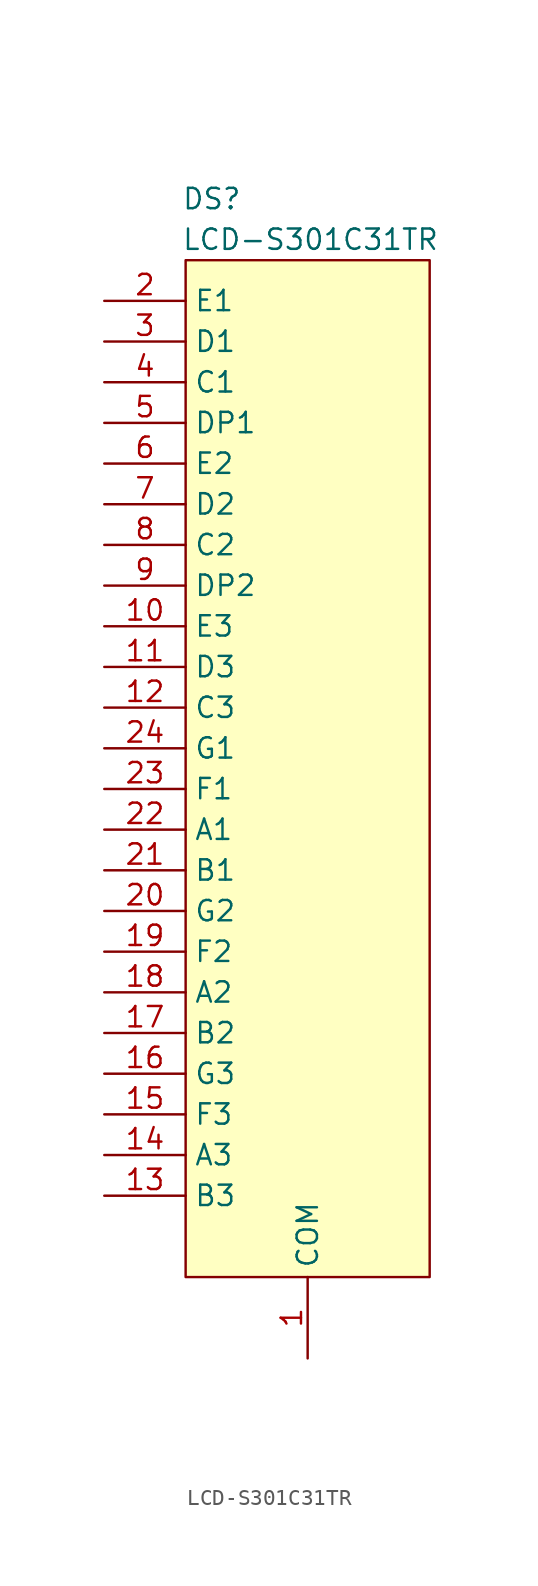
<source format=kicad_sym>
(kicad_symbol_lib
  (version 20241209)
  (generator "kicad_symbol_editor")
  (generator_version "9.0")
  (symbol "LCD-S301C31TR"
    (property "Reference" "DS"
      (at 4.826 4.572 0)
      (effects (font (size 1.27 1.27)) (justify left top)))
    (property "Value" "LCD-S301C31TR"
      (at 4.826 2.032 0)
      (effects (font (size 1.27 1.27)) (justify left top)))
    (symbol "LCD-S301C31TR_1_1"
      (rectangle (start 5.08 0) (end 20.32 -63.5) (stroke (width 0) (type solid)) (fill (type background)))
      (pin passive line (at 0 -2.54 0) (length 5.08) (name "E1" (effects (font (size 1.27 1.27)))) (number "2" (effects (font (size 1.27 1.27)))))
      (pin passive line (at 0 -5.08 0) (length 5.08) (name "D1" (effects (font (size 1.27 1.27)))) (number "3" (effects (font (size 1.27 1.27)))))
      (pin passive line (at 0 -7.62 0) (length 5.08) (name "C1" (effects (font (size 1.27 1.27)))) (number "4" (effects (font (size 1.27 1.27)))))
      (pin passive line (at 0 -10.16 0) (length 5.08) (name "DP1" (effects (font (size 1.27 1.27)))) (number "5" (effects (font (size 1.27 1.27)))))
      (pin passive line (at 0 -12.7 0) (length 5.08) (name "E2" (effects (font (size 1.27 1.27)))) (number "6" (effects (font (size 1.27 1.27)))))
      (pin passive line (at 0 -15.24 0) (length 5.08) (name "D2" (effects (font (size 1.27 1.27)))) (number "7" (effects (font (size 1.27 1.27)))))
      (pin passive line (at 0 -17.78 0) (length 5.08) (name "C2" (effects (font (size 1.27 1.27)))) (number "8" (effects (font (size 1.27 1.27)))))
      (pin passive line (at 0 -20.32 0) (length 5.08) (name "DP2" (effects (font (size 1.27 1.27)))) (number "9" (effects (font (size 1.27 1.27)))))
      (pin passive line (at 0 -22.86 0) (length 5.08) (name "E3" (effects (font (size 1.27 1.27)))) (number "10" (effects (font (size 1.27 1.27)))))
      (pin passive line (at 0 -25.4 0) (length 5.08) (name "D3" (effects (font (size 1.27 1.27)))) (number "11" (effects (font (size 1.27 1.27)))))
      (pin passive line (at 0 -27.94 0) (length 5.08) (name "C3" (effects (font (size 1.27 1.27)))) (number "12" (effects (font (size 1.27 1.27)))))
      (pin passive line (at 0 -30.48 0) (length 5.08) (name "G1" (effects (font (size 1.27 1.27)))) (number "24" (effects (font (size 1.27 1.27)))))
      (pin passive line (at 0 -33.02 0) (length 5.08) (name "F1" (effects (font (size 1.27 1.27)))) (number "23" (effects (font (size 1.27 1.27)))))
      (pin passive line (at 0 -35.56 0) (length 5.08) (name "A1" (effects (font (size 1.27 1.27)))) (number "22" (effects (font (size 1.27 1.27)))))
      (pin passive line (at 0 -38.1 0) (length 5.08) (name "B1" (effects (font (size 1.27 1.27)))) (number "21" (effects (font (size 1.27 1.27)))))
      (pin passive line (at 0 -40.64 0) (length 5.08) (name "G2" (effects (font (size 1.27 1.27)))) (number "20" (effects (font (size 1.27 1.27)))))
      (pin passive line (at 0 -43.18 0) (length 5.08) (name "F2" (effects (font (size 1.27 1.27)))) (number "19" (effects (font (size 1.27 1.27)))))
      (pin passive line (at 0 -45.72 0) (length 5.08) (name "A2" (effects (font (size 1.27 1.27)))) (number "18" (effects (font (size 1.27 1.27)))))
      (pin passive line (at 0 -48.26 0) (length 5.08) (name "B2" (effects (font (size 1.27 1.27)))) (number "17" (effects (font (size 1.27 1.27)))))
      (pin passive line (at 0 -50.8 0) (length 5.08) (name "G3" (effects (font (size 1.27 1.27)))) (number "16" (effects (font (size 1.27 1.27)))))
      (pin passive line (at 0 -53.34 0) (length 5.08) (name "F3" (effects (font (size 1.27 1.27)))) (number "15" (effects (font (size 1.27 1.27)))))
      (pin passive line (at 0 -55.88 0) (length 5.08) (name "A3" (effects (font (size 1.27 1.27)))) (number "14" (effects (font (size 1.27 1.27)))))
      (pin passive line (at 0 -58.42 0) (length 5.08) (name "B3" (effects (font (size 1.27 1.27)))) (number "13" (effects (font (size 1.27 1.27)))))
      (pin passive line (at 12.7 -68.58 90) (length 5.08) (name "COM" (effects (font (size 1.27 1.27)))) (number "1" (effects (font (size 1.27 1.27))))))))
</source>
